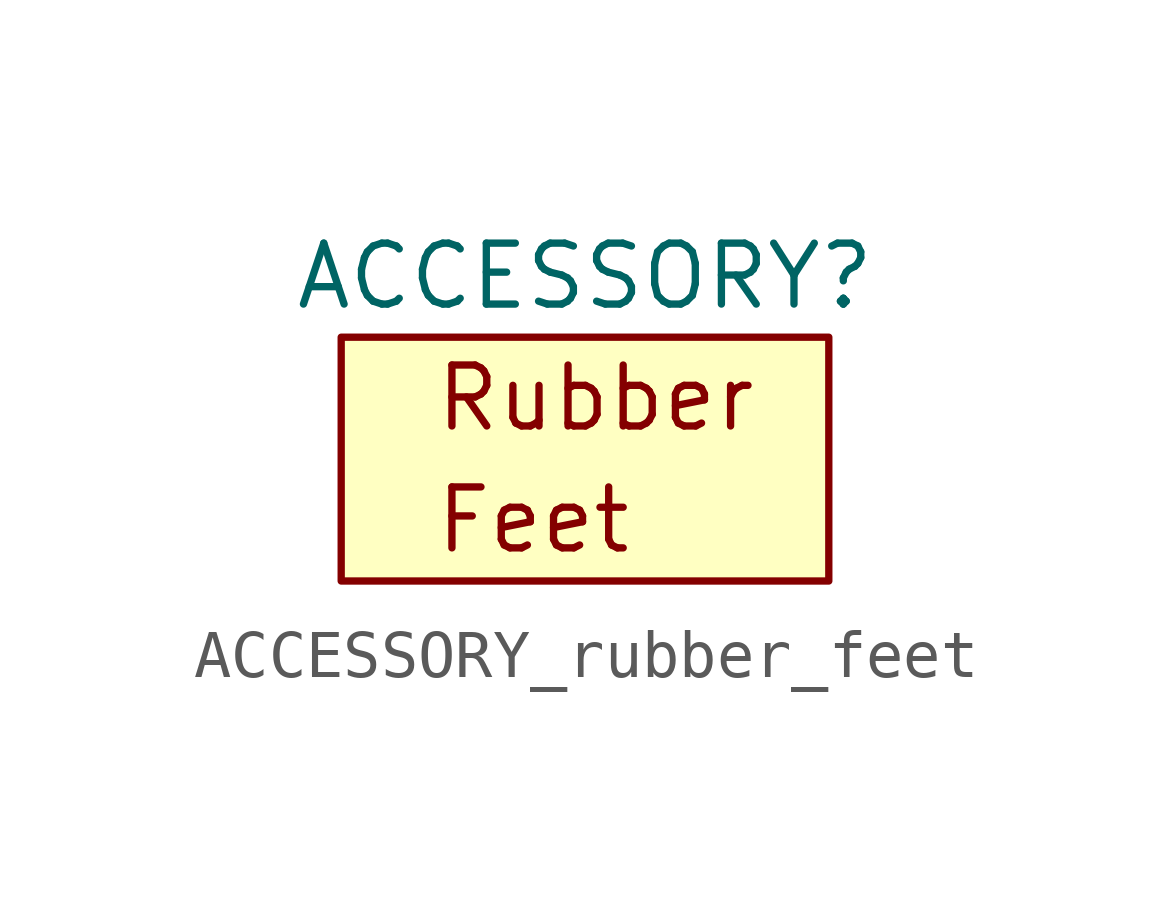
<source format=kicad_sym>
(kicad_symbol_lib
  (version 20211014)
  (generator kicad_symbol_editor)
  (symbol "ACCESSORY_rubber_feet"
    (property "Reference" "ACCESSORY"
      (at 0 3.81 0)
      (effects (font (size 1.27 1.27))))
    (symbol "ACCESSORY_rubber_feet_0_0"
      (text "Feet" (at -3.175 -1.27 0) (effects (font (size 1.27 1.27)) (justify left)))
      (text "Rubber " (at -3.175 1.27 0) (effects (font (size 1.27 1.27)) (justify left))))
    (symbol "ACCESSORY_rubber_feet_0_1"
      (rectangle (start -5.08 2.54) (end 5.08 -2.54) (stroke (width 0) (type default) (color 0 0 0 0)) (fill (type background))))))
</source>
